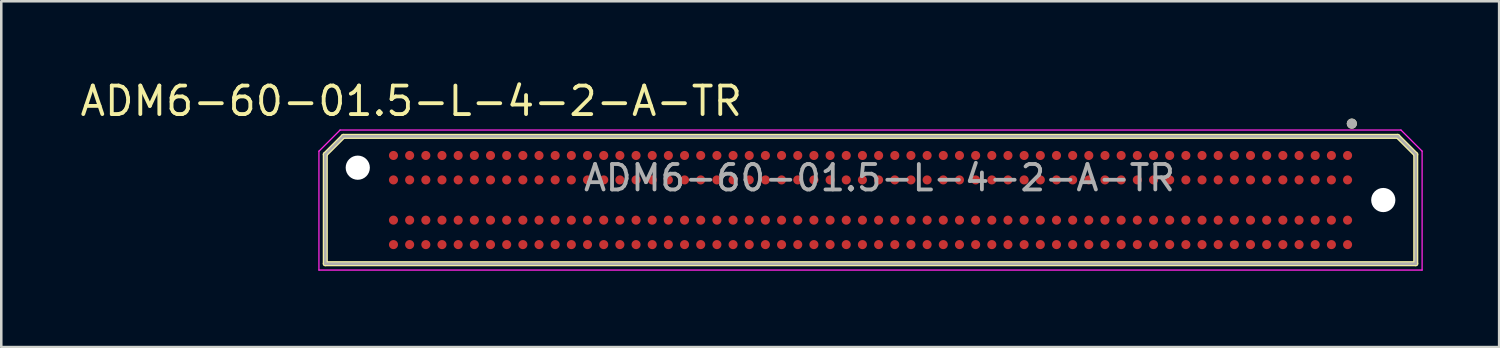
<source format=kicad_pcb>
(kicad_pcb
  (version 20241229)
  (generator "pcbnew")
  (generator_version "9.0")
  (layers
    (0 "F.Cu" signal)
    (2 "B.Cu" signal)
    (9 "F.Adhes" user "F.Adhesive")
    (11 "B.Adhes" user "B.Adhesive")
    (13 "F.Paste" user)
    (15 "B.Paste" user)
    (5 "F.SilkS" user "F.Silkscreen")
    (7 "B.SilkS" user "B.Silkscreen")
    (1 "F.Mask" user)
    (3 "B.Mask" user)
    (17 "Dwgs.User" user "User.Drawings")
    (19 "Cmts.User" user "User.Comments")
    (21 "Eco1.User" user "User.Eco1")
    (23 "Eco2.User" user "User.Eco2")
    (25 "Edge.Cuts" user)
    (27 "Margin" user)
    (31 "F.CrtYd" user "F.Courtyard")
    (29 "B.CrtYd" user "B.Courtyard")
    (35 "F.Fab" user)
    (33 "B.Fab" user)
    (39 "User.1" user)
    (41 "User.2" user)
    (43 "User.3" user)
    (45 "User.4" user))
  (footprint "ADM6-60-01.5-L-4-2-A-TR"
    (layer "F.Cu")
    (at 31.134 4.805)
    (property "Reference" "ADM6-60-01.5-L-4-2-A-TR" (at -18.034 -3.886 0) (layer "F.SilkS") (effects (font (size 1.12 1.12) (thickness 0.15))))
    (attr smd)
    (fp_line (start -21.41 -1.793) (end -20.703 -2.5) (stroke (width 0.2) (type solid)) (layer "F.SilkS"))
    (fp_line (start -21.41 2.5) (end -21.41 -1.793) (stroke (width 0.2) (type solid)) (layer "F.SilkS"))
    (fp_line (start -20.703 -2.5) (end 20.703 -2.5) (stroke (width 0.2) (type solid)) (layer "F.SilkS"))
    (fp_line (start 20.703 -2.5) (end 21.41 -1.793) (stroke (width 0.2) (type solid)) (layer "F.SilkS"))
    (fp_line (start 21.41 -1.793) (end 21.41 2.5) (stroke (width 0.2) (type solid)) (layer "F.SilkS"))
    (fp_line (start 21.41 2.5) (end -21.41 2.5) (stroke (width 0.2) (type solid)) (layer "F.SilkS"))
    (fp_circle (center 18.9 -3) (end 19 -3) (stroke (width 0.2) (type solid)) (fill no) (layer "F.SilkS"))
    (fp_line (start -21.66 -1.918) (end -20.828 -2.75) (stroke (width 0.05) (type solid)) (layer "F.CrtYd"))
    (fp_line (start -21.66 2.75) (end -21.66 -1.918) (stroke (width 0.05) (type solid)) (layer "F.CrtYd"))
    (fp_line (start -20.828 -2.75) (end 20.828 -2.75) (stroke (width 0.05) (type solid)) (layer "F.CrtYd"))
    (fp_line (start 20.828 -2.75) (end 21.66 -1.918) (stroke (width 0.05) (type solid)) (layer "F.CrtYd"))
    (fp_line (start 21.66 -1.918) (end 21.66 2.75) (stroke (width 0.05) (type solid)) (layer "F.CrtYd"))
    (fp_line (start 21.66 2.75) (end -21.66 2.75) (stroke (width 0.05) (type solid)) (layer "F.CrtYd"))
    (fp_line (start -21.41 -1.793) (end -20.703 -2.5) (stroke (width 0.1) (type solid)) (layer "F.Fab"))
    (fp_line (start -21.41 2.5) (end -21.41 -1.793) (stroke (width 0.1) (type solid)) (layer "F.Fab"))
    (fp_line (start -20.703 -2.5) (end 20.703 -2.5) (stroke (width 0.1) (type solid)) (layer "F.Fab"))
    (fp_line (start 20.703 -2.5) (end 21.41 -1.793) (stroke (width 0.1) (type solid)) (layer "F.Fab"))
    (fp_line (start 21.41 -1.793) (end 21.41 2.5) (stroke (width 0.1) (type solid)) (layer "F.Fab"))
    (fp_line (start 21.41 2.5) (end -21.41 2.5) (stroke (width 0.1) (type solid)) (layer "F.Fab"))
    (fp_circle (center 18.9 -3) (end 19 -3) (stroke (width 0.2) (type solid)) (fill no) (layer "F.Fab"))
    (fp_text user "${REFERENCE}" (at 0.35 -0.87 0) (layer "F.Fab") (effects (font (size 1 1) (thickness 0.15))))
    (pad "" np_thru_hole circle (at -20.135 -1.27) (size 0.95 0.95) (drill 0.95) (layers "*.Cu" "*.Mask"))
    (pad "" np_thru_hole circle (at 20.135 0) (size 0.95 0.95) (drill 0.95) (layers "*.Cu" "*.Mask"))
    (pad "A01" smd circle (at 18.733 -1.75) (size 0.356 0.356) (layers "F.Cu" "F.Mask" "F.Paste"))
    (pad "A02" smd circle (at 18.098 -1.75) (size 0.356 0.356) (layers "F.Cu" "F.Mask" "F.Paste"))
    (pad "A03" smd circle (at 17.462 -1.75) (size 0.356 0.356) (layers "F.Cu" "F.Mask" "F.Paste"))
    (pad "A04" smd circle (at 16.828 -1.75) (size 0.356 0.356) (layers "F.Cu" "F.Mask" "F.Paste"))
    (pad "A05" smd circle (at 16.192 -1.75) (size 0.356 0.356) (layers "F.Cu" "F.Mask" "F.Paste"))
    (pad "A06" smd circle (at 15.557 -1.75) (size 0.356 0.356) (layers "F.Cu" "F.Mask" "F.Paste"))
    (pad "A07" smd circle (at 14.922 -1.75) (size 0.356 0.356) (layers "F.Cu" "F.Mask" "F.Paste"))
    (pad "A08" smd circle (at 14.287 -1.75) (size 0.356 0.356) (layers "F.Cu" "F.Mask" "F.Paste"))
    (pad "A09" smd circle (at 13.652 -1.75) (size 0.356 0.356) (layers "F.Cu" "F.Mask" "F.Paste"))
    (pad "A10" smd circle (at 13.018 -1.75) (size 0.356 0.356) (layers "F.Cu" "F.Mask" "F.Paste"))
    (pad "A11" smd circle (at 12.383 -1.75) (size 0.356 0.356) (layers "F.Cu" "F.Mask" "F.Paste"))
    (pad "A12" smd circle (at 11.748 -1.75) (size 0.356 0.356) (layers "F.Cu" "F.Mask" "F.Paste"))
    (pad "A13" smd circle (at 11.113 -1.75) (size 0.356 0.356) (layers "F.Cu" "F.Mask" "F.Paste"))
    (pad "A14" smd circle (at 10.477 -1.75) (size 0.356 0.356) (layers "F.Cu" "F.Mask" "F.Paste"))
    (pad "A15" smd circle (at 9.842 -1.75) (size 0.356 0.356) (layers "F.Cu" "F.Mask" "F.Paste"))
    (pad "A16" smd circle (at 9.207 -1.75) (size 0.356 0.356) (layers "F.Cu" "F.Mask" "F.Paste"))
    (pad "A17" smd circle (at 8.572 -1.75) (size 0.356 0.356) (layers "F.Cu" "F.Mask" "F.Paste"))
    (pad "A18" smd circle (at 7.938 -1.75) (size 0.356 0.356) (layers "F.Cu" "F.Mask" "F.Paste"))
    (pad "A19" smd circle (at 7.303 -1.75) (size 0.356 0.356) (layers "F.Cu" "F.Mask" "F.Paste"))
    (pad "A20" smd circle (at 6.668 -1.75) (size 0.356 0.356) (layers "F.Cu" "F.Mask" "F.Paste"))
    (pad "A21" smd circle (at 6.032 -1.75) (size 0.356 0.356) (layers "F.Cu" "F.Mask" "F.Paste"))
    (pad "A22" smd circle (at 5.397 -1.75) (size 0.356 0.356) (layers "F.Cu" "F.Mask" "F.Paste"))
    (pad "A23" smd circle (at 4.763 -1.75) (size 0.356 0.356) (layers "F.Cu" "F.Mask" "F.Paste"))
    (pad "A24" smd circle (at 4.128 -1.75) (size 0.356 0.356) (layers "F.Cu" "F.Mask" "F.Paste"))
    (pad "A25" smd circle (at 3.493 -1.75) (size 0.356 0.356) (layers "F.Cu" "F.Mask" "F.Paste"))
    (pad "A26" smd circle (at 2.857 -1.75) (size 0.356 0.356) (layers "F.Cu" "F.Mask" "F.Paste"))
    (pad "A27" smd circle (at 2.223 -1.75) (size 0.356 0.356) (layers "F.Cu" "F.Mask" "F.Paste"))
    (pad "A28" smd circle (at 1.587 -1.75) (size 0.356 0.356) (layers "F.Cu" "F.Mask" "F.Paste"))
    (pad "A29" smd circle (at 0.953 -1.75) (size 0.356 0.356) (layers "F.Cu" "F.Mask" "F.Paste"))
    (pad "A30" smd circle (at 0.318 -1.75) (size 0.356 0.356) (layers "F.Cu" "F.Mask" "F.Paste"))
    (pad "A31" smd circle (at -0.318 -1.75) (size 0.356 0.356) (layers "F.Cu" "F.Mask" "F.Paste"))
    (pad "A32" smd circle (at -0.953 -1.75) (size 0.356 0.356) (layers "F.Cu" "F.Mask" "F.Paste"))
    (pad "A33" smd circle (at -1.587 -1.75) (size 0.356 0.356) (layers "F.Cu" "F.Mask" "F.Paste"))
    (pad "A34" smd circle (at -2.223 -1.75) (size 0.356 0.356) (layers "F.Cu" "F.Mask" "F.Paste"))
    (pad "A35" smd circle (at -2.857 -1.75) (size 0.356 0.356) (layers "F.Cu" "F.Mask" "F.Paste"))
    (pad "A36" smd circle (at -3.493 -1.75) (size 0.356 0.356) (layers "F.Cu" "F.Mask" "F.Paste"))
    (pad "A37" smd circle (at -4.128 -1.75) (size 0.356 0.356) (layers "F.Cu" "F.Mask" "F.Paste"))
    (pad "A38" smd circle (at -4.763 -1.75) (size 0.356 0.356) (layers "F.Cu" "F.Mask" "F.Paste"))
    (pad "A39" smd circle (at -5.397 -1.75) (size 0.356 0.356) (layers "F.Cu" "F.Mask" "F.Paste"))
    (pad "A40" smd circle (at -6.032 -1.75) (size 0.356 0.356) (layers "F.Cu" "F.Mask" "F.Paste"))
    (pad "A41" smd circle (at -6.668 -1.75) (size 0.356 0.356) (layers "F.Cu" "F.Mask" "F.Paste"))
    (pad "A42" smd circle (at -7.303 -1.75) (size 0.356 0.356) (layers "F.Cu" "F.Mask" "F.Paste"))
    (pad "A43" smd circle (at -7.938 -1.75) (size 0.356 0.356) (layers "F.Cu" "F.Mask" "F.Paste"))
    (pad "A44" smd circle (at -8.572 -1.75) (size 0.356 0.356) (layers "F.Cu" "F.Mask" "F.Paste"))
    (pad "A45" smd circle (at -9.207 -1.75) (size 0.356 0.356) (layers "F.Cu" "F.Mask" "F.Paste"))
    (pad "A46" smd circle (at -9.842 -1.75) (size 0.356 0.356) (layers "F.Cu" "F.Mask" "F.Paste"))
    (pad "A47" smd circle (at -10.477 -1.75) (size 0.356 0.356) (layers "F.Cu" "F.Mask" "F.Paste"))
    (pad "A48" smd circle (at -11.113 -1.75) (size 0.356 0.356) (layers "F.Cu" "F.Mask" "F.Paste"))
    (pad "A49" smd circle (at -11.748 -1.75) (size 0.356 0.356) (layers "F.Cu" "F.Mask" "F.Paste"))
    (pad "A50" smd circle (at -12.383 -1.75) (size 0.356 0.356) (layers "F.Cu" "F.Mask" "F.Paste"))
    (pad "A51" smd circle (at -13.018 -1.75) (size 0.356 0.356) (layers "F.Cu" "F.Mask" "F.Paste"))
    (pad "A52" smd circle (at -13.652 -1.75) (size 0.356 0.356) (layers "F.Cu" "F.Mask" "F.Paste"))
    (pad "A53" smd circle (at -14.287 -1.75) (size 0.356 0.356) (layers "F.Cu" "F.Mask" "F.Paste"))
    (pad "A54" smd circle (at -14.922 -1.75) (size 0.356 0.356) (layers "F.Cu" "F.Mask" "F.Paste"))
    (pad "A55" smd circle (at -15.557 -1.75) (size 0.356 0.356) (layers "F.Cu" "F.Mask" "F.Paste"))
    (pad "A56" smd circle (at -16.192 -1.75) (size 0.356 0.356) (layers "F.Cu" "F.Mask" "F.Paste"))
    (pad "A57" smd circle (at -16.828 -1.75) (size 0.356 0.356) (layers "F.Cu" "F.Mask" "F.Paste"))
    (pad "A58" smd circle (at -17.462 -1.75) (size 0.356 0.356) (layers "F.Cu" "F.Mask" "F.Paste"))
    (pad "A59" smd circle (at -18.098 -1.75) (size 0.356 0.356) (layers "F.Cu" "F.Mask" "F.Paste"))
    (pad "A60" smd circle (at -18.733 -1.75) (size 0.356 0.356) (layers "F.Cu" "F.Mask" "F.Paste"))
    (pad "B01" smd circle (at 18.733 -0.79) (size 0.356 0.356) (layers "F.Cu" "F.Mask" "F.Paste"))
    (pad "B02" smd circle (at 18.098 -0.79) (size 0.356 0.356) (layers "F.Cu" "F.Mask" "F.Paste"))
    (pad "B03" smd circle (at 17.462 -0.79) (size 0.356 0.356) (layers "F.Cu" "F.Mask" "F.Paste"))
    (pad "B04" smd circle (at 16.828 -0.79) (size 0.356 0.356) (layers "F.Cu" "F.Mask" "F.Paste"))
    (pad "B05" smd circle (at 16.192 -0.79) (size 0.356 0.356) (layers "F.Cu" "F.Mask" "F.Paste"))
    (pad "B06" smd circle (at 15.557 -0.79) (size 0.356 0.356) (layers "F.Cu" "F.Mask" "F.Paste"))
    (pad "B07" smd circle (at 14.922 -0.79) (size 0.356 0.356) (layers "F.Cu" "F.Mask" "F.Paste"))
    (pad "B08" smd circle (at 14.287 -0.79) (size 0.356 0.356) (layers "F.Cu" "F.Mask" "F.Paste"))
    (pad "B09" smd circle (at 13.652 -0.79) (size 0.356 0.356) (layers "F.Cu" "F.Mask" "F.Paste"))
    (pad "B10" smd circle (at 13.018 -0.79) (size 0.356 0.356) (layers "F.Cu" "F.Mask" "F.Paste"))
    (pad "B11" smd circle (at 12.383 -0.79) (size 0.356 0.356) (layers "F.Cu" "F.Mask" "F.Paste"))
    (pad "B12" smd circle (at 11.748 -0.79) (size 0.356 0.356) (layers "F.Cu" "F.Mask" "F.Paste"))
    (pad "B13" smd circle (at 11.113 -0.79) (size 0.356 0.356) (layers "F.Cu" "F.Mask" "F.Paste"))
    (pad "B14" smd circle (at 10.477 -0.79) (size 0.356 0.356) (layers "F.Cu" "F.Mask" "F.Paste"))
    (pad "B15" smd circle (at 9.842 -0.79) (size 0.356 0.356) (layers "F.Cu" "F.Mask" "F.Paste"))
    (pad "B16" smd circle (at 9.207 -0.79) (size 0.356 0.356) (layers "F.Cu" "F.Mask" "F.Paste"))
    (pad "B17" smd circle (at 8.572 -0.79) (size 0.356 0.356) (layers "F.Cu" "F.Mask" "F.Paste"))
    (pad "B18" smd circle (at 7.938 -0.79) (size 0.356 0.356) (layers "F.Cu" "F.Mask" "F.Paste"))
    (pad "B19" smd circle (at 7.303 -0.79) (size 0.356 0.356) (layers "F.Cu" "F.Mask" "F.Paste"))
    (pad "B20" smd circle (at 6.668 -0.79) (size 0.356 0.356) (layers "F.Cu" "F.Mask" "F.Paste"))
    (pad "B21" smd circle (at 6.032 -0.79) (size 0.356 0.356) (layers "F.Cu" "F.Mask" "F.Paste"))
    (pad "B22" smd circle (at 5.397 -0.79) (size 0.356 0.356) (layers "F.Cu" "F.Mask" "F.Paste"))
    (pad "B23" smd circle (at 4.763 -0.79) (size 0.356 0.356) (layers "F.Cu" "F.Mask" "F.Paste"))
    (pad "B24" smd circle (at 4.128 -0.79) (size 0.356 0.356) (layers "F.Cu" "F.Mask" "F.Paste"))
    (pad "B25" smd circle (at 3.493 -0.79) (size 0.356 0.356) (layers "F.Cu" "F.Mask" "F.Paste"))
    (pad "B26" smd circle (at 2.857 -0.79) (size 0.356 0.356) (layers "F.Cu" "F.Mask" "F.Paste"))
    (pad "B27" smd circle (at 2.223 -0.79) (size 0.356 0.356) (layers "F.Cu" "F.Mask" "F.Paste"))
    (pad "B28" smd circle (at 1.587 -0.79) (size 0.356 0.356) (layers "F.Cu" "F.Mask" "F.Paste"))
    (pad "B29" smd circle (at 0.953 -0.79) (size 0.356 0.356) (layers "F.Cu" "F.Mask" "F.Paste"))
    (pad "B30" smd circle (at 0.318 -0.79) (size 0.356 0.356) (layers "F.Cu" "F.Mask" "F.Paste"))
    (pad "B31" smd circle (at -0.318 -0.79) (size 0.356 0.356) (layers "F.Cu" "F.Mask" "F.Paste"))
    (pad "B32" smd circle (at -0.953 -0.79) (size 0.356 0.356) (layers "F.Cu" "F.Mask" "F.Paste"))
    (pad "B33" smd circle (at -1.587 -0.79) (size 0.356 0.356) (layers "F.Cu" "F.Mask" "F.Paste"))
    (pad "B34" smd circle (at -2.223 -0.79) (size 0.356 0.356) (layers "F.Cu" "F.Mask" "F.Paste"))
    (pad "B35" smd circle (at -2.857 -0.79) (size 0.356 0.356) (layers "F.Cu" "F.Mask" "F.Paste"))
    (pad "B36" smd circle (at -3.493 -0.79) (size 0.356 0.356) (layers "F.Cu" "F.Mask" "F.Paste"))
    (pad "B37" smd circle (at -4.128 -0.79) (size 0.356 0.356) (layers "F.Cu" "F.Mask" "F.Paste"))
    (pad "B38" smd circle (at -4.763 -0.79) (size 0.356 0.356) (layers "F.Cu" "F.Mask" "F.Paste"))
    (pad "B39" smd circle (at -5.397 -0.79) (size 0.356 0.356) (layers "F.Cu" "F.Mask" "F.Paste"))
    (pad "B40" smd circle (at -6.032 -0.79) (size 0.356 0.356) (layers "F.Cu" "F.Mask" "F.Paste"))
    (pad "B41" smd circle (at -6.668 -0.79) (size 0.356 0.356) (layers "F.Cu" "F.Mask" "F.Paste"))
    (pad "B42" smd circle (at -7.303 -0.79) (size 0.356 0.356) (layers "F.Cu" "F.Mask" "F.Paste"))
    (pad "B43" smd circle (at -7.938 -0.79) (size 0.356 0.356) (layers "F.Cu" "F.Mask" "F.Paste"))
    (pad "B44" smd circle (at -8.572 -0.79) (size 0.356 0.356) (layers "F.Cu" "F.Mask" "F.Paste"))
    (pad "B45" smd circle (at -9.207 -0.79) (size 0.356 0.356) (layers "F.Cu" "F.Mask" "F.Paste"))
    (pad "B46" smd circle (at -9.842 -0.79) (size 0.356 0.356) (layers "F.Cu" "F.Mask" "F.Paste"))
    (pad "B47" smd circle (at -10.477 -0.79) (size 0.356 0.356) (layers "F.Cu" "F.Mask" "F.Paste"))
    (pad "B48" smd circle (at -11.113 -0.79) (size 0.356 0.356) (layers "F.Cu" "F.Mask" "F.Paste"))
    (pad "B49" smd circle (at -11.748 -0.79) (size 0.356 0.356) (layers "F.Cu" "F.Mask" "F.Paste"))
    (pad "B50" smd circle (at -12.383 -0.79) (size 0.356 0.356) (layers "F.Cu" "F.Mask" "F.Paste"))
    (pad "B51" smd circle (at -13.018 -0.79) (size 0.356 0.356) (layers "F.Cu" "F.Mask" "F.Paste"))
    (pad "B52" smd circle (at -13.652 -0.79) (size 0.356 0.356) (layers "F.Cu" "F.Mask" "F.Paste"))
    (pad "B53" smd circle (at -14.287 -0.79) (size 0.356 0.356) (layers "F.Cu" "F.Mask" "F.Paste"))
    (pad "B54" smd circle (at -14.922 -0.79) (size 0.356 0.356) (layers "F.Cu" "F.Mask" "F.Paste"))
    (pad "B55" smd circle (at -15.557 -0.79) (size 0.356 0.356) (layers "F.Cu" "F.Mask" "F.Paste"))
    (pad "B56" smd circle (at -16.192 -0.79) (size 0.356 0.356) (layers "F.Cu" "F.Mask" "F.Paste"))
    (pad "B57" smd circle (at -16.828 -0.79) (size 0.356 0.356) (layers "F.Cu" "F.Mask" "F.Paste"))
    (pad "B58" smd circle (at -17.462 -0.79) (size 0.356 0.356) (layers "F.Cu" "F.Mask" "F.Paste"))
    (pad "B59" smd circle (at -18.098 -0.79) (size 0.356 0.356) (layers "F.Cu" "F.Mask" "F.Paste"))
    (pad "B60" smd circle (at -18.733 -0.79) (size 0.356 0.356) (layers "F.Cu" "F.Mask" "F.Paste"))
    (pad "C01" smd circle (at 18.733 0.79) (size 0.356 0.356) (layers "F.Cu" "F.Mask" "F.Paste"))
    (pad "C02" smd circle (at 18.098 0.79) (size 0.356 0.356) (layers "F.Cu" "F.Mask" "F.Paste"))
    (pad "C03" smd circle (at 17.462 0.79) (size 0.356 0.356) (layers "F.Cu" "F.Mask" "F.Paste"))
    (pad "C04" smd circle (at 16.828 0.79) (size 0.356 0.356) (layers "F.Cu" "F.Mask" "F.Paste"))
    (pad "C05" smd circle (at 16.192 0.79) (size 0.356 0.356) (layers "F.Cu" "F.Mask" "F.Paste"))
    (pad "C06" smd circle (at 15.557 0.79) (size 0.356 0.356) (layers "F.Cu" "F.Mask" "F.Paste"))
    (pad "C07" smd circle (at 14.922 0.79) (size 0.356 0.356) (layers "F.Cu" "F.Mask" "F.Paste"))
    (pad "C08" smd circle (at 14.287 0.79) (size 0.356 0.356) (layers "F.Cu" "F.Mask" "F.Paste"))
    (pad "C09" smd circle (at 13.652 0.79) (size 0.356 0.356) (layers "F.Cu" "F.Mask" "F.Paste"))
    (pad "C10" smd circle (at 13.018 0.79) (size 0.356 0.356) (layers "F.Cu" "F.Mask" "F.Paste"))
    (pad "C11" smd circle (at 12.383 0.79) (size 0.356 0.356) (layers "F.Cu" "F.Mask" "F.Paste"))
    (pad "C12" smd circle (at 11.748 0.79) (size 0.356 0.356) (layers "F.Cu" "F.Mask" "F.Paste"))
    (pad "C13" smd circle (at 11.113 0.79) (size 0.356 0.356) (layers "F.Cu" "F.Mask" "F.Paste"))
    (pad "C14" smd circle (at 10.477 0.79) (size 0.356 0.356) (layers "F.Cu" "F.Mask" "F.Paste"))
    (pad "C15" smd circle (at 9.842 0.79) (size 0.356 0.356) (layers "F.Cu" "F.Mask" "F.Paste"))
    (pad "C16" smd circle (at 9.207 0.79) (size 0.356 0.356) (layers "F.Cu" "F.Mask" "F.Paste"))
    (pad "C17" smd circle (at 8.572 0.79) (size 0.356 0.356) (layers "F.Cu" "F.Mask" "F.Paste"))
    (pad "C18" smd circle (at 7.938 0.79) (size 0.356 0.356) (layers "F.Cu" "F.Mask" "F.Paste"))
    (pad "C19" smd circle (at 7.303 0.79) (size 0.356 0.356) (layers "F.Cu" "F.Mask" "F.Paste"))
    (pad "C20" smd circle (at 6.668 0.79) (size 0.356 0.356) (layers "F.Cu" "F.Mask" "F.Paste"))
    (pad "C21" smd circle (at 6.032 0.79) (size 0.356 0.356) (layers "F.Cu" "F.Mask" "F.Paste"))
    (pad "C22" smd circle (at 5.397 0.79) (size 0.356 0.356) (layers "F.Cu" "F.Mask" "F.Paste"))
    (pad "C23" smd circle (at 4.763 0.79) (size 0.356 0.356) (layers "F.Cu" "F.Mask" "F.Paste"))
    (pad "C24" smd circle (at 4.128 0.79) (size 0.356 0.356) (layers "F.Cu" "F.Mask" "F.Paste"))
    (pad "C25" smd circle (at 3.493 0.79) (size 0.356 0.356) (layers "F.Cu" "F.Mask" "F.Paste"))
    (pad "C26" smd circle (at 2.857 0.79) (size 0.356 0.356) (layers "F.Cu" "F.Mask" "F.Paste"))
    (pad "C27" smd circle (at 2.223 0.79) (size 0.356 0.356) (layers "F.Cu" "F.Mask" "F.Paste"))
    (pad "C28" smd circle (at 1.587 0.79) (size 0.356 0.356) (layers "F.Cu" "F.Mask" "F.Paste"))
    (pad "C29" smd circle (at 0.953 0.79) (size 0.356 0.356) (layers "F.Cu" "F.Mask" "F.Paste"))
    (pad "C30" smd circle (at 0.318 0.79) (size 0.356 0.356) (layers "F.Cu" "F.Mask" "F.Paste"))
    (pad "C31" smd circle (at -0.318 0.79) (size 0.356 0.356) (layers "F.Cu" "F.Mask" "F.Paste"))
    (pad "C32" smd circle (at -0.953 0.79) (size 0.356 0.356) (layers "F.Cu" "F.Mask" "F.Paste"))
    (pad "C33" smd circle (at -1.587 0.79) (size 0.356 0.356) (layers "F.Cu" "F.Mask" "F.Paste"))
    (pad "C34" smd circle (at -2.223 0.79) (size 0.356 0.356) (layers "F.Cu" "F.Mask" "F.Paste"))
    (pad "C35" smd circle (at -2.857 0.79) (size 0.356 0.356) (layers "F.Cu" "F.Mask" "F.Paste"))
    (pad "C36" smd circle (at -3.493 0.79) (size 0.356 0.356) (layers "F.Cu" "F.Mask" "F.Paste"))
    (pad "C37" smd circle (at -4.128 0.79) (size 0.356 0.356) (layers "F.Cu" "F.Mask" "F.Paste"))
    (pad "C38" smd circle (at -4.763 0.79) (size 0.356 0.356) (layers "F.Cu" "F.Mask" "F.Paste"))
    (pad "C39" smd circle (at -5.397 0.79) (size 0.356 0.356) (layers "F.Cu" "F.Mask" "F.Paste"))
    (pad "C40" smd circle (at -6.032 0.79) (size 0.356 0.356) (layers "F.Cu" "F.Mask" "F.Paste"))
    (pad "C41" smd circle (at -6.668 0.79) (size 0.356 0.356) (layers "F.Cu" "F.Mask" "F.Paste"))
    (pad "C42" smd circle (at -7.303 0.79) (size 0.356 0.356) (layers "F.Cu" "F.Mask" "F.Paste"))
    (pad "C43" smd circle (at -7.938 0.79) (size 0.356 0.356) (layers "F.Cu" "F.Mask" "F.Paste"))
    (pad "C44" smd circle (at -8.572 0.79) (size 0.356 0.356) (layers "F.Cu" "F.Mask" "F.Paste"))
    (pad "C45" smd circle (at -9.207 0.79) (size 0.356 0.356) (layers "F.Cu" "F.Mask" "F.Paste"))
    (pad "C46" smd circle (at -9.842 0.79) (size 0.356 0.356) (layers "F.Cu" "F.Mask" "F.Paste"))
    (pad "C47" smd circle (at -10.477 0.79) (size 0.356 0.356) (layers "F.Cu" "F.Mask" "F.Paste"))
    (pad "C48" smd circle (at -11.113 0.79) (size 0.356 0.356) (layers "F.Cu" "F.Mask" "F.Paste"))
    (pad "C49" smd circle (at -11.748 0.79) (size 0.356 0.356) (layers "F.Cu" "F.Mask" "F.Paste"))
    (pad "C50" smd circle (at -12.383 0.79) (size 0.356 0.356) (layers "F.Cu" "F.Mask" "F.Paste"))
    (pad "C51" smd circle (at -13.018 0.79) (size 0.356 0.356) (layers "F.Cu" "F.Mask" "F.Paste"))
    (pad "C52" smd circle (at -13.652 0.79) (size 0.356 0.356) (layers "F.Cu" "F.Mask" "F.Paste"))
    (pad "C53" smd circle (at -14.287 0.79) (size 0.356 0.356) (layers "F.Cu" "F.Mask" "F.Paste"))
    (pad "C54" smd circle (at -14.922 0.79) (size 0.356 0.356) (layers "F.Cu" "F.Mask" "F.Paste"))
    (pad "C55" smd circle (at -15.557 0.79) (size 0.356 0.356) (layers "F.Cu" "F.Mask" "F.Paste"))
    (pad "C56" smd circle (at -16.192 0.79) (size 0.356 0.356) (layers "F.Cu" "F.Mask" "F.Paste"))
    (pad "C57" smd circle (at -16.828 0.79) (size 0.356 0.356) (layers "F.Cu" "F.Mask" "F.Paste"))
    (pad "C58" smd circle (at -17.462 0.79) (size 0.356 0.356) (layers "F.Cu" "F.Mask" "F.Paste"))
    (pad "C59" smd circle (at -18.098 0.79) (size 0.356 0.356) (layers "F.Cu" "F.Mask" "F.Paste"))
    (pad "C60" smd circle (at -18.733 0.79) (size 0.356 0.356) (layers "F.Cu" "F.Mask" "F.Paste"))
    (pad "D01" smd circle (at 18.733 1.75) (size 0.356 0.356) (layers "F.Cu" "F.Mask" "F.Paste"))
    (pad "D02" smd circle (at 18.098 1.75) (size 0.356 0.356) (layers "F.Cu" "F.Mask" "F.Paste"))
    (pad "D03" smd circle (at 17.462 1.75) (size 0.356 0.356) (layers "F.Cu" "F.Mask" "F.Paste"))
    (pad "D04" smd circle (at 16.828 1.75) (size 0.356 0.356) (layers "F.Cu" "F.Mask" "F.Paste"))
    (pad "D05" smd circle (at 16.192 1.75) (size 0.356 0.356) (layers "F.Cu" "F.Mask" "F.Paste"))
    (pad "D06" smd circle (at 15.557 1.75) (size 0.356 0.356) (layers "F.Cu" "F.Mask" "F.Paste"))
    (pad "D07" smd circle (at 14.922 1.75) (size 0.356 0.356) (layers "F.Cu" "F.Mask" "F.Paste"))
    (pad "D08" smd circle (at 14.287 1.75) (size 0.356 0.356) (layers "F.Cu" "F.Mask" "F.Paste"))
    (pad "D09" smd circle (at 13.652 1.75) (size 0.356 0.356) (layers "F.Cu" "F.Mask" "F.Paste"))
    (pad "D10" smd circle (at 13.018 1.75) (size 0.356 0.356) (layers "F.Cu" "F.Mask" "F.Paste"))
    (pad "D11" smd circle (at 12.383 1.75) (size 0.356 0.356) (layers "F.Cu" "F.Mask" "F.Paste"))
    (pad "D12" smd circle (at 11.748 1.75) (size 0.356 0.356) (layers "F.Cu" "F.Mask" "F.Paste"))
    (pad "D13" smd circle (at 11.113 1.75) (size 0.356 0.356) (layers "F.Cu" "F.Mask" "F.Paste"))
    (pad "D14" smd circle (at 10.477 1.75) (size 0.356 0.356) (layers "F.Cu" "F.Mask" "F.Paste"))
    (pad "D15" smd circle (at 9.842 1.75) (size 0.356 0.356) (layers "F.Cu" "F.Mask" "F.Paste"))
    (pad "D16" smd circle (at 9.207 1.75) (size 0.356 0.356) (layers "F.Cu" "F.Mask" "F.Paste"))
    (pad "D17" smd circle (at 8.572 1.75) (size 0.356 0.356) (layers "F.Cu" "F.Mask" "F.Paste"))
    (pad "D18" smd circle (at 7.938 1.75) (size 0.356 0.356) (layers "F.Cu" "F.Mask" "F.Paste"))
    (pad "D19" smd circle (at 7.303 1.75) (size 0.356 0.356) (layers "F.Cu" "F.Mask" "F.Paste"))
    (pad "D20" smd circle (at 6.668 1.75) (size 0.356 0.356) (layers "F.Cu" "F.Mask" "F.Paste"))
    (pad "D21" smd circle (at 6.032 1.75) (size 0.356 0.356) (layers "F.Cu" "F.Mask" "F.Paste"))
    (pad "D22" smd circle (at 5.397 1.75) (size 0.356 0.356) (layers "F.Cu" "F.Mask" "F.Paste"))
    (pad "D23" smd circle (at 4.763 1.75) (size 0.356 0.356) (layers "F.Cu" "F.Mask" "F.Paste"))
    (pad "D24" smd circle (at 4.128 1.75) (size 0.356 0.356) (layers "F.Cu" "F.Mask" "F.Paste"))
    (pad "D25" smd circle (at 3.493 1.75) (size 0.356 0.356) (layers "F.Cu" "F.Mask" "F.Paste"))
    (pad "D26" smd circle (at 2.857 1.75) (size 0.356 0.356) (layers "F.Cu" "F.Mask" "F.Paste"))
    (pad "D27" smd circle (at 2.223 1.75) (size 0.356 0.356) (layers "F.Cu" "F.Mask" "F.Paste"))
    (pad "D28" smd circle (at 1.587 1.75) (size 0.356 0.356) (layers "F.Cu" "F.Mask" "F.Paste"))
    (pad "D29" smd circle (at 0.953 1.75) (size 0.356 0.356) (layers "F.Cu" "F.Mask" "F.Paste"))
    (pad "D30" smd circle (at 0.318 1.75) (size 0.356 0.356) (layers "F.Cu" "F.Mask" "F.Paste"))
    (pad "D31" smd circle (at -0.318 1.75) (size 0.356 0.356) (layers "F.Cu" "F.Mask" "F.Paste"))
    (pad "D32" smd circle (at -0.953 1.75) (size 0.356 0.356) (layers "F.Cu" "F.Mask" "F.Paste"))
    (pad "D33" smd circle (at -1.587 1.75) (size 0.356 0.356) (layers "F.Cu" "F.Mask" "F.Paste"))
    (pad "D34" smd circle (at -2.223 1.75) (size 0.356 0.356) (layers "F.Cu" "F.Mask" "F.Paste"))
    (pad "D35" smd circle (at -2.857 1.75) (size 0.356 0.356) (layers "F.Cu" "F.Mask" "F.Paste"))
    (pad "D36" smd circle (at -3.493 1.75) (size 0.356 0.356) (layers "F.Cu" "F.Mask" "F.Paste"))
    (pad "D37" smd circle (at -4.128 1.75) (size 0.356 0.356) (layers "F.Cu" "F.Mask" "F.Paste"))
    (pad "D38" smd circle (at -4.763 1.75) (size 0.356 0.356) (layers "F.Cu" "F.Mask" "F.Paste"))
    (pad "D39" smd circle (at -5.397 1.75) (size 0.356 0.356) (layers "F.Cu" "F.Mask" "F.Paste"))
    (pad "D40" smd circle (at -6.032 1.75) (size 0.356 0.356) (layers "F.Cu" "F.Mask" "F.Paste"))
    (pad "D41" smd circle (at -6.668 1.75) (size 0.356 0.356) (layers "F.Cu" "F.Mask" "F.Paste"))
    (pad "D42" smd circle (at -7.303 1.75) (size 0.356 0.356) (layers "F.Cu" "F.Mask" "F.Paste"))
    (pad "D43" smd circle (at -7.938 1.75) (size 0.356 0.356) (layers "F.Cu" "F.Mask" "F.Paste"))
    (pad "D44" smd circle (at -8.572 1.75) (size 0.356 0.356) (layers "F.Cu" "F.Mask" "F.Paste"))
    (pad "D45" smd circle (at -9.207 1.75) (size 0.356 0.356) (layers "F.Cu" "F.Mask" "F.Paste"))
    (pad "D46" smd circle (at -9.842 1.75) (size 0.356 0.356) (layers "F.Cu" "F.Mask" "F.Paste"))
    (pad "D47" smd circle (at -10.477 1.75) (size 0.356 0.356) (layers "F.Cu" "F.Mask" "F.Paste"))
    (pad "D48" smd circle (at -11.113 1.75) (size 0.356 0.356) (layers "F.Cu" "F.Mask" "F.Paste"))
    (pad "D49" smd circle (at -11.748 1.75) (size 0.356 0.356) (layers "F.Cu" "F.Mask" "F.Paste"))
    (pad "D50" smd circle (at -12.383 1.75) (size 0.356 0.356) (layers "F.Cu" "F.Mask" "F.Paste"))
    (pad "D51" smd circle (at -13.018 1.75) (size 0.356 0.356) (layers "F.Cu" "F.Mask" "F.Paste"))
    (pad "D52" smd circle (at -13.652 1.75) (size 0.356 0.356) (layers "F.Cu" "F.Mask" "F.Paste"))
    (pad "D53" smd circle (at -14.287 1.75) (size 0.356 0.356) (layers "F.Cu" "F.Mask" "F.Paste"))
    (pad "D54" smd circle (at -14.922 1.75) (size 0.356 0.356) (layers "F.Cu" "F.Mask" "F.Paste"))
    (pad "D55" smd circle (at -15.557 1.75) (size 0.356 0.356) (layers "F.Cu" "F.Mask" "F.Paste"))
    (pad "D56" smd circle (at -16.192 1.75) (size 0.356 0.356) (layers "F.Cu" "F.Mask" "F.Paste"))
    (pad "D57" smd circle (at -16.828 1.75) (size 0.356 0.356) (layers "F.Cu" "F.Mask" "F.Paste"))
    (pad "D58" smd circle (at -17.462 1.75) (size 0.356 0.356) (layers "F.Cu" "F.Mask" "F.Paste"))
    (pad "D59" smd circle (at -18.098 1.75) (size 0.356 0.356) (layers "F.Cu" "F.Mask" "F.Paste"))
    (pad "D60" smd circle (at -18.733 1.75) (size 0.356 0.356) (layers "F.Cu" "F.Mask" "F.Paste")))
  (gr_rect
    (start -3 -3)
    (end 55.819 10.58)
    (stroke (width 0.1) (type default))
    (fill no)
    (layer "Edge.Cuts")))
</source>
